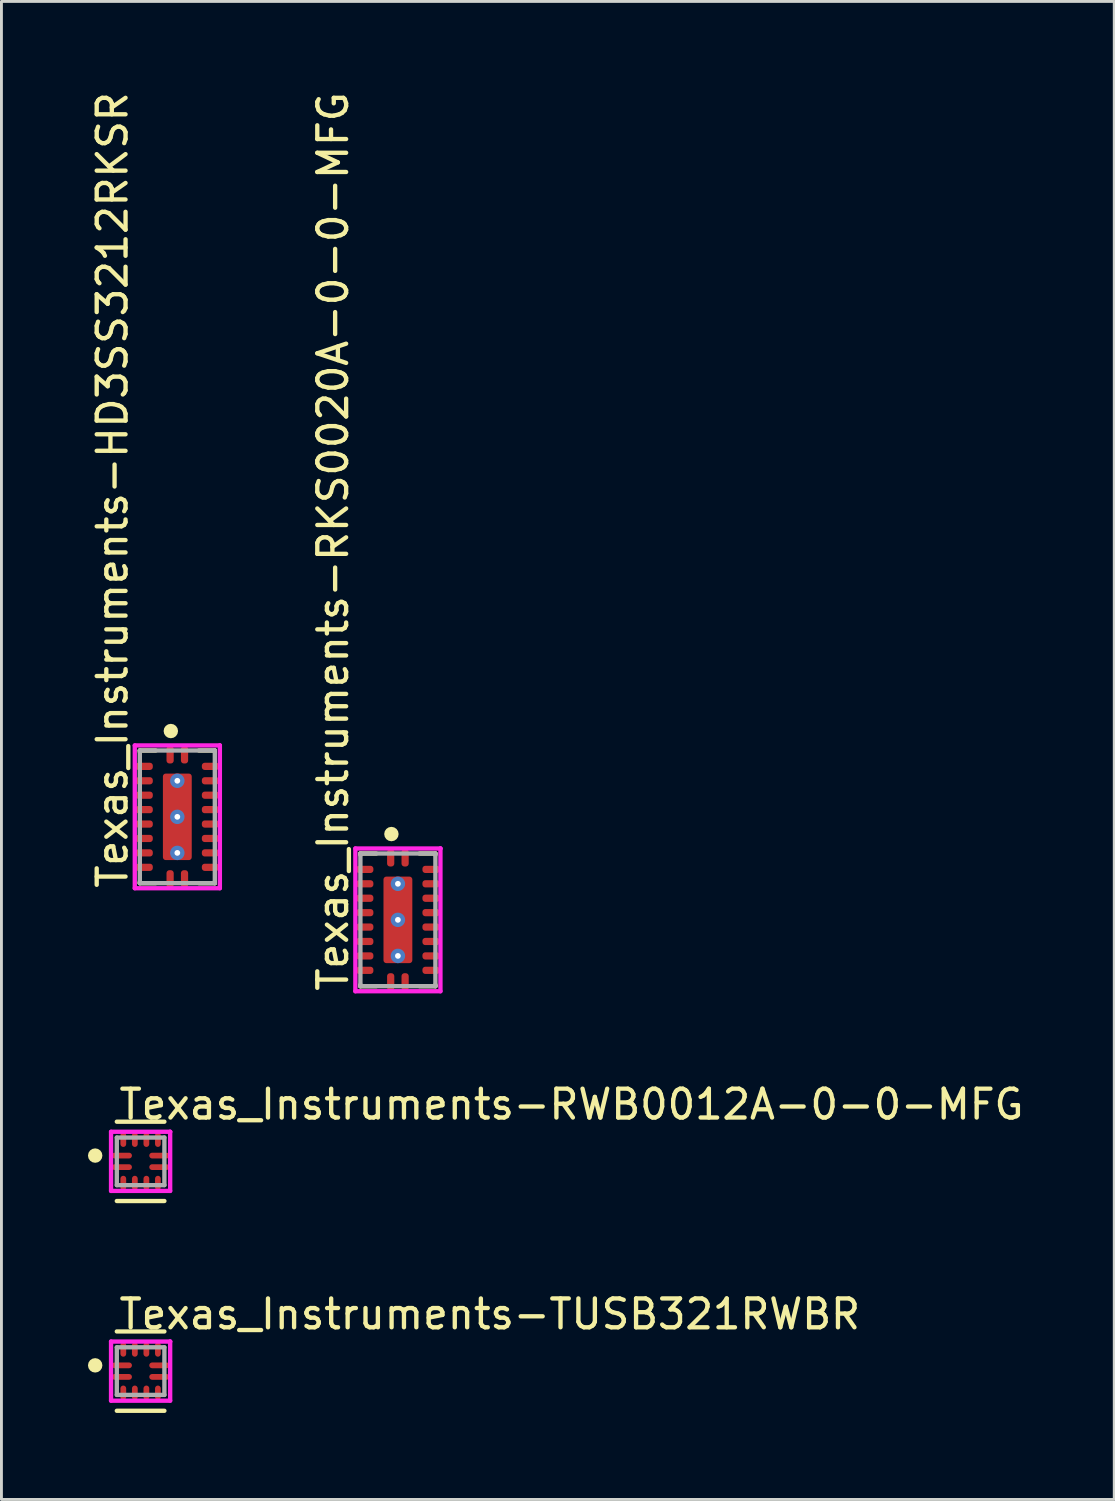
<source format=kicad_pcb>
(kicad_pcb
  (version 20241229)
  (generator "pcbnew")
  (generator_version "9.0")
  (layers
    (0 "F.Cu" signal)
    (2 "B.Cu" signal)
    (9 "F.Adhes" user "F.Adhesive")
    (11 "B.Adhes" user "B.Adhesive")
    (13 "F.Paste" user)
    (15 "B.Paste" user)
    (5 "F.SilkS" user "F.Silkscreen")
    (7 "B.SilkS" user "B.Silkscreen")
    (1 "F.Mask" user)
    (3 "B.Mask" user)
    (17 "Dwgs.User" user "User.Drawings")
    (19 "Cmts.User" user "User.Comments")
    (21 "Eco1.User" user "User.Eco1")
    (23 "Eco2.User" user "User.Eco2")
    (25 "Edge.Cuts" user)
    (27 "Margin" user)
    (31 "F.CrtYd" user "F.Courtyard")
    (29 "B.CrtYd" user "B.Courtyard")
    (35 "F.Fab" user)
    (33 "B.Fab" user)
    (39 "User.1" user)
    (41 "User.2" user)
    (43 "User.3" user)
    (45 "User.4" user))
  (footprint "Texas_Instruments-HD3SS3212RKSR"
    (layer "F.Cu")
    (at 3.098 25.271)
    (property "Reference" "Texas_Instruments-HD3SS3212RKSR" (at -2.25 2.55 90) (layer "F.SilkS") (effects (font (size 1 1) (thickness 0.15)) (justify left)))
    (attr through_hole)
    (fp_line (start -1.3 -2.3) (end -0.75 -2.3) (stroke (width 0.15) (type solid)) (layer "F.SilkS"))
    (fp_line (start -1.3 -2.25) (end -1.3 -2.3) (stroke (width 0.15) (type solid)) (layer "F.SilkS"))
    (fp_line (start -1.3 2.3) (end -1.3 2.25) (stroke (width 0.15) (type solid)) (layer "F.SilkS"))
    (fp_line (start -1.3 2.3) (end -0.75 2.3) (stroke (width 0.15) (type solid)) (layer "F.SilkS"))
    (fp_line (start 0.75 -2.3) (end 1.3 -2.3) (stroke (width 0.15) (type solid)) (layer "F.SilkS"))
    (fp_line (start 0.75 2.3) (end 1.3 2.3) (stroke (width 0.15) (type solid)) (layer "F.SilkS"))
    (fp_line (start 1.3 -2.25) (end 1.3 -2.3) (stroke (width 0.15) (type solid)) (layer "F.SilkS"))
    (fp_line (start 1.3 2.3) (end 1.3 2.25) (stroke (width 0.15) (type solid)) (layer "F.SilkS"))
    (fp_circle (center -0.225 -2.975) (end -0.1 -2.975) (stroke (width 0.25) (type solid)) (fill no) (layer "F.SilkS"))
    (fp_line (start -1.475 -2.475) (end -1.475 2.475) (stroke (width 0.15) (type solid)) (layer "F.CrtYd"))
    (fp_line (start -1.475 2.475) (end 1.475 2.475) (stroke (width 0.15) (type solid)) (layer "F.CrtYd"))
    (fp_line (start 1.475 -2.475) (end -1.475 -2.475) (stroke (width 0.15) (type solid)) (layer "F.CrtYd"))
    (fp_line (start 1.475 -2.475) (end 1.475 -2.475) (stroke (width 0.15) (type solid)) (layer "F.CrtYd"))
    (fp_line (start 1.475 2.475) (end 1.475 -2.475) (stroke (width 0.15) (type solid)) (layer "F.CrtYd"))
    (fp_line (start -1.3 -2.3) (end 1.3 -2.3) (stroke (width 0.15) (type solid)) (layer "F.Fab"))
    (fp_line (start -1.3 2.3) (end -1.3 -2.3) (stroke (width 0.15) (type solid)) (layer "F.Fab"))
    (fp_line (start 1.3 -2.3) (end 1.3 2.3) (stroke (width 0.15) (type solid)) (layer "F.Fab"))
    (fp_line (start 1.3 2.3) (end -1.3 2.3) (stroke (width 0.15) (type solid)) (layer "F.Fab"))
    (pad "" smd roundrect (at 0 -0.76) (size 0.95 1.31) (layers "F.Paste") (roundrect_rratio 0.105))
    (pad "" smd roundrect (at 0 0.76) (size 0.95 1.31) (layers "F.Paste") (roundrect_rratio 0.105))
    (pad "1" smd roundrect (at -0.25 -2.15) (size 0.25 0.6) (layers "F.Cu" "F.Mask" "F.Paste") (roundrect_rratio 0.4))
    (pad "2" smd roundrect (at -1.15 -1.75) (size 0.6 0.25) (layers "F.Cu" "F.Mask" "F.Paste") (roundrect_rratio 0.4))
    (pad "3" smd roundrect (at -1.15 -1.25) (size 0.6 0.25) (layers "F.Cu" "F.Mask" "F.Paste") (roundrect_rratio 0.4))
    (pad "4" smd roundrect (at -1.15 -0.75) (size 0.6 0.25) (layers "F.Cu" "F.Mask" "F.Paste") (roundrect_rratio 0.4))
    (pad "5" smd roundrect (at -1.15 -0.25) (size 0.6 0.25) (layers "F.Cu" "F.Mask" "F.Paste") (roundrect_rratio 0.4))
    (pad "6" smd roundrect (at -1.15 0.25) (size 0.6 0.25) (layers "F.Cu" "F.Mask" "F.Paste") (roundrect_rratio 0.4))
    (pad "7" smd roundrect (at -1.15 0.75) (size 0.6 0.25) (layers "F.Cu" "F.Mask" "F.Paste") (roundrect_rratio 0.4))
    (pad "8" smd roundrect (at -1.15 1.25) (size 0.6 0.25) (layers "F.Cu" "F.Mask" "F.Paste") (roundrect_rratio 0.4))
    (pad "9" smd roundrect (at -1.15 1.75) (size 0.6 0.25) (layers "F.Cu" "F.Mask" "F.Paste") (roundrect_rratio 0.4))
    (pad "10" smd roundrect (at -0.25 2.15) (size 0.25 0.6) (layers "F.Cu" "F.Mask" "F.Paste") (roundrect_rratio 0.4))
    (pad "11" smd roundrect (at 0.25 2.15) (size 0.25 0.6) (layers "F.Cu" "F.Mask" "F.Paste") (roundrect_rratio 0.4))
    (pad "12" smd roundrect (at 1.15 1.75) (size 0.6 0.25) (layers "F.Cu" "F.Mask" "F.Paste") (roundrect_rratio 0.4))
    (pad "13" smd roundrect (at 1.15 1.25) (size 0.6 0.25) (layers "F.Cu" "F.Mask" "F.Paste") (roundrect_rratio 0.4))
    (pad "14" smd roundrect (at 1.15 0.75) (size 0.6 0.25) (layers "F.Cu" "F.Mask" "F.Paste") (roundrect_rratio 0.4))
    (pad "15" smd roundrect (at 1.15 0.25) (size 0.6 0.25) (layers "F.Cu" "F.Mask" "F.Paste") (roundrect_rratio 0.4))
    (pad "16" smd roundrect (at 1.15 -0.25) (size 0.6 0.25) (layers "F.Cu" "F.Mask" "F.Paste") (roundrect_rratio 0.4))
    (pad "17" smd roundrect (at 1.15 -0.75) (size 0.6 0.25) (layers "F.Cu" "F.Mask" "F.Paste") (roundrect_rratio 0.4))
    (pad "18" smd roundrect (at 1.15 -1.25) (size 0.6 0.25) (layers "F.Cu" "F.Mask" "F.Paste") (roundrect_rratio 0.4))
    (pad "19" smd roundrect (at 1.15 -1.75) (size 0.6 0.25) (layers "F.Cu" "F.Mask" "F.Paste") (roundrect_rratio 0.4))
    (pad "20" smd roundrect (at 0.25 -2.15) (size 0.25 0.6) (layers "F.Cu" "F.Mask" "F.Paste") (roundrect_rratio 0.4))
    (pad "21" thru_hole circle (at 0 -1.25) (size 0.5 0.5) (drill 0.2) (layers "*.Cu"))
    (pad "21" thru_hole circle (at 0 0) (size 0.5 0.5) (drill 0.2) (layers "*.Cu"))
    (pad "21" smd roundrect (at 0 0) (size 1 3) (layers "F.Cu" "F.Mask") (roundrect_rratio 0.1))
    (pad "21" thru_hole circle (at 0 1.25) (size 0.5 0.5) (drill 0.2) (layers "*.Cu")))
  (footprint "Texas_Instruments-TUSB321RWBR"
    (layer "F.Cu")
    (at 1.825 44.489)
    (property "Reference" "Texas_Instruments-TUSB321RWBR" (at -0.825 -1.975 0) (layer "F.SilkS") (effects (font (size 1 1) (thickness 0.15)) (justify left)))
    (attr through_hole)
    (fp_line (start -0.825 -1.375) (end 0.825 -1.375) (stroke (width 0.15) (type solid)) (layer "F.SilkS"))
    (fp_line (start -0.825 1.375) (end 0.825 1.375) (stroke (width 0.15) (type solid)) (layer "F.SilkS"))
    (fp_circle (center -1.575 -0.2) (end -1.45 -0.2) (stroke (width 0.25) (type solid)) (fill no) (layer "F.SilkS"))
    (fp_line (start -1.025 -1.025) (end -1.025 1.025) (stroke (width 0.15) (type solid)) (layer "F.CrtYd"))
    (fp_line (start -1.025 1.025) (end 1.025 1.025) (stroke (width 0.15) (type solid)) (layer "F.CrtYd"))
    (fp_line (start 1.025 -1.025) (end -1.025 -1.025) (stroke (width 0.15) (type solid)) (layer "F.CrtYd"))
    (fp_line (start 1.025 -1.025) (end 1.025 -1.025) (stroke (width 0.15) (type solid)) (layer "F.CrtYd"))
    (fp_line (start 1.025 1.025) (end 1.025 -1.025) (stroke (width 0.15) (type solid)) (layer "F.CrtYd"))
    (fp_line (start -0.825 -0.825) (end 0.825 -0.825) (stroke (width 0.15) (type solid)) (layer "F.Fab"))
    (fp_line (start -0.825 0.825) (end -0.825 -0.825) (stroke (width 0.15) (type solid)) (layer "F.Fab"))
    (fp_line (start 0.825 -0.825) (end 0.825 0.825) (stroke (width 0.15) (type solid)) (layer "F.Fab"))
    (fp_line (start 0.825 0.825) (end -0.825 0.825) (stroke (width 0.15) (type solid)) (layer "F.Fab"))
    (pad "" smd roundrect (at -0.65 -0.2) (size 0.67 0.2) (layers "F.Paste") (roundrect_rratio 0.5))
    (pad "" smd roundrect (at -0.65 0.2) (size 0.67 0.2) (layers "F.Paste") (roundrect_rratio 0.5))
    (pad "" smd roundrect (at 0.65 -0.2) (size 0.67 0.2) (layers "F.Paste") (roundrect_rratio 0.5))
    (pad "" smd roundrect (at 0.65 0.2) (size 0.67 0.2) (layers "F.Paste") (roundrect_rratio 0.5))
    (pad "1" smd roundrect (at -0.65 -0.2) (size 0.7 0.2) (layers "F.Cu" "F.Mask") (roundrect_rratio 0.5))
    (pad "2" smd roundrect (at -0.65 0.2) (size 0.7 0.2) (layers "F.Cu" "F.Mask") (roundrect_rratio 0.5))
    (pad "3" smd roundrect (at -0.6 0.75) (size 0.2 0.5) (layers "F.Cu" "F.Mask" "F.Paste") (roundrect_rratio 0.5))
    (pad "4" smd roundrect (at -0.2 0.75) (size 0.2 0.5) (layers "F.Cu" "F.Mask" "F.Paste") (roundrect_rratio 0.5))
    (pad "5" smd roundrect (at 0.2 0.75) (size 0.2 0.5) (layers "F.Cu" "F.Mask" "F.Paste") (roundrect_rratio 0.5))
    (pad "6" smd roundrect (at 0.6 0.75) (size 0.2 0.5) (layers "F.Cu" "F.Mask" "F.Paste") (roundrect_rratio 0.5))
    (pad "7" smd roundrect (at 0.65 0.2) (size 0.7 0.2) (layers "F.Cu" "F.Mask") (roundrect_rratio 0.5))
    (pad "8" smd roundrect (at 0.65 -0.2) (size 0.7 0.2) (layers "F.Cu" "F.Mask") (roundrect_rratio 0.5))
    (pad "9" smd roundrect (at 0.6 -0.75) (size 0.2 0.5) (layers "F.Cu" "F.Mask" "F.Paste") (roundrect_rratio 0.5))
    (pad "10" smd roundrect (at 0.2 -0.75) (size 0.2 0.5) (layers "F.Cu" "F.Mask" "F.Paste") (roundrect_rratio 0.5))
    (pad "11" smd roundrect (at -0.2 -0.75) (size 0.2 0.5) (layers "F.Cu" "F.Mask" "F.Paste") (roundrect_rratio 0.5))
    (pad "12" smd roundrect (at -0.6 -0.75) (size 0.2 0.5) (layers "F.Cu" "F.Mask" "F.Paste") (roundrect_rratio 0.5)))
  (footprint "Texas_Instruments-RKS0020A-0-0-MFG"
    (layer "F.Cu")
    (at 10.746 28.843)
    (property "Reference" "Texas_Instruments-RKS0020A-0-0-MFG" (at -2.25 2.55 90) (layer "F.SilkS") (effects (font (size 1 1) (thickness 0.15)) (justify left)))
    (attr through_hole)
    (fp_line (start -1.3 -2.3) (end -0.75 -2.3) (stroke (width 0.15) (type solid)) (layer "F.SilkS"))
    (fp_line (start -1.3 -2.25) (end -1.3 -2.3) (stroke (width 0.15) (type solid)) (layer "F.SilkS"))
    (fp_line (start -1.3 2.3) (end -1.3 2.25) (stroke (width 0.15) (type solid)) (layer "F.SilkS"))
    (fp_line (start -1.3 2.3) (end -0.75 2.3) (stroke (width 0.15) (type solid)) (layer "F.SilkS"))
    (fp_line (start 0.75 -2.3) (end 1.3 -2.3) (stroke (width 0.15) (type solid)) (layer "F.SilkS"))
    (fp_line (start 0.75 2.3) (end 1.3 2.3) (stroke (width 0.15) (type solid)) (layer "F.SilkS"))
    (fp_line (start 1.3 -2.25) (end 1.3 -2.3) (stroke (width 0.15) (type solid)) (layer "F.SilkS"))
    (fp_line (start 1.3 2.3) (end 1.3 2.25) (stroke (width 0.15) (type solid)) (layer "F.SilkS"))
    (fp_circle (center -0.225 -2.975) (end -0.1 -2.975) (stroke (width 0.25) (type solid)) (fill no) (layer "F.SilkS"))
    (fp_line (start -1.475 -2.475) (end -1.475 2.475) (stroke (width 0.15) (type solid)) (layer "F.CrtYd"))
    (fp_line (start -1.475 2.475) (end 1.475 2.475) (stroke (width 0.15) (type solid)) (layer "F.CrtYd"))
    (fp_line (start 1.475 -2.475) (end -1.475 -2.475) (stroke (width 0.15) (type solid)) (layer "F.CrtYd"))
    (fp_line (start 1.475 -2.475) (end 1.475 -2.475) (stroke (width 0.15) (type solid)) (layer "F.CrtYd"))
    (fp_line (start 1.475 2.475) (end 1.475 -2.475) (stroke (width 0.15) (type solid)) (layer "F.CrtYd"))
    (fp_line (start -1.3 -2.3) (end 1.3 -2.3) (stroke (width 0.15) (type solid)) (layer "F.Fab"))
    (fp_line (start -1.3 2.3) (end -1.3 -2.3) (stroke (width 0.15) (type solid)) (layer "F.Fab"))
    (fp_line (start 1.3 -2.3) (end 1.3 2.3) (stroke (width 0.15) (type solid)) (layer "F.Fab"))
    (fp_line (start 1.3 2.3) (end -1.3 2.3) (stroke (width 0.15) (type solid)) (layer "F.Fab"))
    (pad "" smd roundrect (at 0 -0.76) (size 0.95 1.31) (layers "F.Paste") (roundrect_rratio 0.105))
    (pad "" smd roundrect (at 0 0.76) (size 0.95 1.31) (layers "F.Paste") (roundrect_rratio 0.105))
    (pad "1" smd roundrect (at -0.25 -2.15) (size 0.25 0.6) (layers "F.Cu" "F.Mask" "F.Paste") (roundrect_rratio 0.4))
    (pad "2" smd roundrect (at -1.15 -1.75) (size 0.6 0.25) (layers "F.Cu" "F.Mask" "F.Paste") (roundrect_rratio 0.4))
    (pad "3" smd roundrect (at -1.15 -1.25) (size 0.6 0.25) (layers "F.Cu" "F.Mask" "F.Paste") (roundrect_rratio 0.4))
    (pad "4" smd roundrect (at -1.15 -0.75) (size 0.6 0.25) (layers "F.Cu" "F.Mask" "F.Paste") (roundrect_rratio 0.4))
    (pad "5" smd roundrect (at -1.15 -0.25) (size 0.6 0.25) (layers "F.Cu" "F.Mask" "F.Paste") (roundrect_rratio 0.4))
    (pad "6" smd roundrect (at -1.15 0.25) (size 0.6 0.25) (layers "F.Cu" "F.Mask" "F.Paste") (roundrect_rratio 0.4))
    (pad "7" smd roundrect (at -1.15 0.75) (size 0.6 0.25) (layers "F.Cu" "F.Mask" "F.Paste") (roundrect_rratio 0.4))
    (pad "8" smd roundrect (at -1.15 1.25) (size 0.6 0.25) (layers "F.Cu" "F.Mask" "F.Paste") (roundrect_rratio 0.4))
    (pad "9" smd roundrect (at -1.15 1.75) (size 0.6 0.25) (layers "F.Cu" "F.Mask" "F.Paste") (roundrect_rratio 0.4))
    (pad "10" smd roundrect (at -0.25 2.15) (size 0.25 0.6) (layers "F.Cu" "F.Mask" "F.Paste") (roundrect_rratio 0.4))
    (pad "11" smd roundrect (at 0.25 2.15) (size 0.25 0.6) (layers "F.Cu" "F.Mask" "F.Paste") (roundrect_rratio 0.4))
    (pad "12" smd roundrect (at 1.15 1.75) (size 0.6 0.25) (layers "F.Cu" "F.Mask" "F.Paste") (roundrect_rratio 0.4))
    (pad "13" smd roundrect (at 1.15 1.25) (size 0.6 0.25) (layers "F.Cu" "F.Mask" "F.Paste") (roundrect_rratio 0.4))
    (pad "14" smd roundrect (at 1.15 0.75) (size 0.6 0.25) (layers "F.Cu" "F.Mask" "F.Paste") (roundrect_rratio 0.4))
    (pad "15" smd roundrect (at 1.15 0.25) (size 0.6 0.25) (layers "F.Cu" "F.Mask" "F.Paste") (roundrect_rratio 0.4))
    (pad "16" smd roundrect (at 1.15 -0.25) (size 0.6 0.25) (layers "F.Cu" "F.Mask" "F.Paste") (roundrect_rratio 0.4))
    (pad "17" smd roundrect (at 1.15 -0.75) (size 0.6 0.25) (layers "F.Cu" "F.Mask" "F.Paste") (roundrect_rratio 0.4))
    (pad "18" smd roundrect (at 1.15 -1.25) (size 0.6 0.25) (layers "F.Cu" "F.Mask" "F.Paste") (roundrect_rratio 0.4))
    (pad "19" smd roundrect (at 1.15 -1.75) (size 0.6 0.25) (layers "F.Cu" "F.Mask" "F.Paste") (roundrect_rratio 0.4))
    (pad "20" smd roundrect (at 0.25 -2.15) (size 0.25 0.6) (layers "F.Cu" "F.Mask" "F.Paste") (roundrect_rratio 0.4))
    (pad "21" smd roundrect (at 0 0) (size 1 3) (layers "F.Cu" "F.Mask") (roundrect_rratio 0.1))
    (pad "~" thru_hole circle (at 0 -1.25) (size 0.5 0.5) (drill 0.2) (layers "*.Cu"))
    (pad "~" thru_hole circle (at 0 0) (size 0.5 0.5) (drill 0.2) (layers "*.Cu"))
    (pad "~" thru_hole circle (at 0 1.25) (size 0.5 0.5) (drill 0.2) (layers "*.Cu")))
  (footprint "Texas_Instruments-RWB0012A-0-0-MFG"
    (layer "F.Cu")
    (at 1.825 37.216)
    (property "Reference" "Texas_Instruments-RWB0012A-0-0-MFG" (at -0.825 -1.975 0) (layer "F.SilkS") (effects (font (size 1 1) (thickness 0.15)) (justify left)))
    (attr through_hole)
    (fp_line (start -0.825 -1.375) (end 0.825 -1.375) (stroke (width 0.15) (type solid)) (layer "F.SilkS"))
    (fp_line (start -0.825 1.375) (end 0.825 1.375) (stroke (width 0.15) (type solid)) (layer "F.SilkS"))
    (fp_circle (center -1.575 -0.2) (end -1.45 -0.2) (stroke (width 0.25) (type solid)) (fill no) (layer "F.SilkS"))
    (fp_line (start -1.025 -1.025) (end -1.025 1.025) (stroke (width 0.15) (type solid)) (layer "F.CrtYd"))
    (fp_line (start -1.025 1.025) (end 1.025 1.025) (stroke (width 0.15) (type solid)) (layer "F.CrtYd"))
    (fp_line (start 1.025 -1.025) (end -1.025 -1.025) (stroke (width 0.15) (type solid)) (layer "F.CrtYd"))
    (fp_line (start 1.025 -1.025) (end 1.025 -1.025) (stroke (width 0.15) (type solid)) (layer "F.CrtYd"))
    (fp_line (start 1.025 1.025) (end 1.025 -1.025) (stroke (width 0.15) (type solid)) (layer "F.CrtYd"))
    (fp_line (start -0.825 -0.825) (end 0.825 -0.825) (stroke (width 0.15) (type solid)) (layer "F.Fab"))
    (fp_line (start -0.825 0.825) (end -0.825 -0.825) (stroke (width 0.15) (type solid)) (layer "F.Fab"))
    (fp_line (start 0.825 -0.825) (end 0.825 0.825) (stroke (width 0.15) (type solid)) (layer "F.Fab"))
    (fp_line (start 0.825 0.825) (end -0.825 0.825) (stroke (width 0.15) (type solid)) (layer "F.Fab"))
    (pad "" smd roundrect (at -0.65 -0.2) (size 0.67 0.2) (layers "F.Paste") (roundrect_rratio 0.5))
    (pad "" smd roundrect (at -0.65 0.2) (size 0.67 0.2) (layers "F.Paste") (roundrect_rratio 0.5))
    (pad "" smd roundrect (at 0.65 -0.2) (size 0.67 0.2) (layers "F.Paste") (roundrect_rratio 0.5))
    (pad "" smd roundrect (at 0.65 0.2) (size 0.67 0.2) (layers "F.Paste") (roundrect_rratio 0.5))
    (pad "1" smd roundrect (at -0.65 -0.2) (size 0.7 0.2) (layers "F.Cu" "F.Mask") (roundrect_rratio 0.5))
    (pad "2" smd roundrect (at -0.65 0.2) (size 0.7 0.2) (layers "F.Cu" "F.Mask") (roundrect_rratio 0.5))
    (pad "3" smd roundrect (at -0.6 0.75) (size 0.2 0.5) (layers "F.Cu" "F.Mask" "F.Paste") (roundrect_rratio 0.5))
    (pad "4" smd roundrect (at -0.2 0.75) (size 0.2 0.5) (layers "F.Cu" "F.Mask" "F.Paste") (roundrect_rratio 0.5))
    (pad "5" smd roundrect (at 0.2 0.75) (size 0.2 0.5) (layers "F.Cu" "F.Mask" "F.Paste") (roundrect_rratio 0.5))
    (pad "6" smd roundrect (at 0.6 0.75) (size 0.2 0.5) (layers "F.Cu" "F.Mask" "F.Paste") (roundrect_rratio 0.5))
    (pad "7" smd roundrect (at 0.65 0.2) (size 0.7 0.2) (layers "F.Cu" "F.Mask") (roundrect_rratio 0.5))
    (pad "8" smd roundrect (at 0.65 -0.2) (size 0.7 0.2) (layers "F.Cu" "F.Mask") (roundrect_rratio 0.5))
    (pad "9" smd roundrect (at 0.6 -0.75) (size 0.2 0.5) (layers "F.Cu" "F.Mask" "F.Paste") (roundrect_rratio 0.5))
    (pad "10" smd roundrect (at 0.2 -0.75) (size 0.2 0.5) (layers "F.Cu" "F.Mask" "F.Paste") (roundrect_rratio 0.5))
    (pad "11" smd roundrect (at -0.2 -0.75) (size 0.2 0.5) (layers "F.Cu" "F.Mask" "F.Paste") (roundrect_rratio 0.5))
    (pad "12" smd roundrect (at -0.6 -0.75) (size 0.2 0.5) (layers "F.Cu" "F.Mask" "F.Paste") (roundrect_rratio 0.5)))
  (gr_rect
    (start -3 -3)
    (end 35.583 48.939)
    (stroke (width 0.1) (type default))
    (fill no)
    (layer "Edge.Cuts")))
</source>
